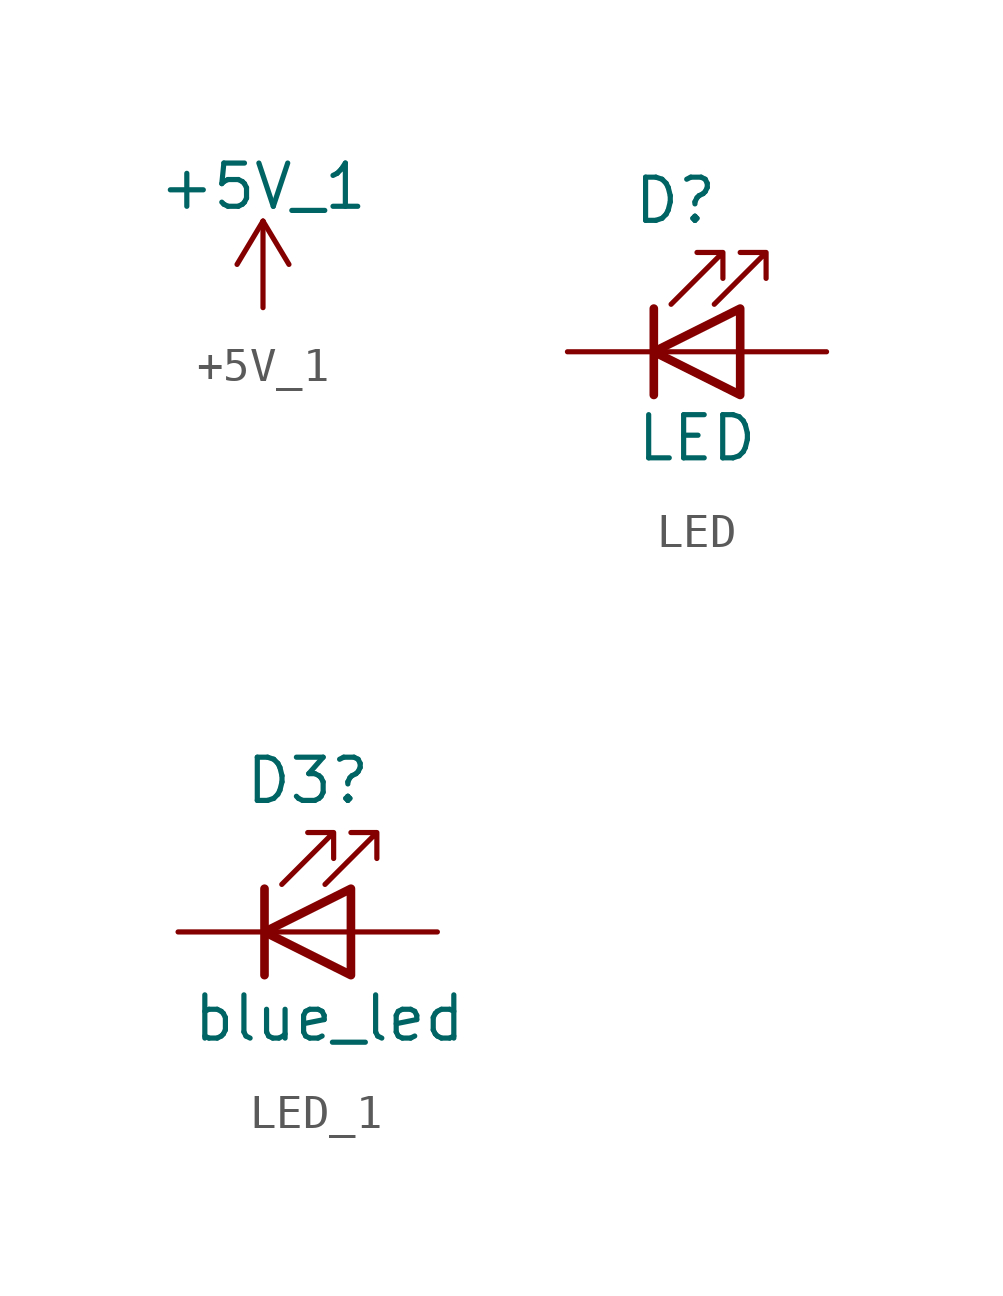
<source format=kicad_sym>
(kicad_symbol_lib
  (version 20241209)
  (generator "kicad_symbol_editor")
  (generator_version "9.0")
  (symbol "+5V_1"
    (power)
    (pin_names
      (offset 0))
    (property "Reference" "#PWR"
      (at 0 -3.81 0)
      (effects (font (size 1.27 1.27)) (hide yes)))
    (property "Value" "+5V_1"
      (at 0 3.556 0)
      (effects (font (size 1.27 1.27))))
    (symbol "+5V_1_0_1"
      (polyline (pts (xy -0.762 1.27) (xy 0 2.54)) (stroke (width 0) (type default)) (fill (type none)))
      (polyline (pts (xy 0 2.54) (xy 0.762 1.27)) (stroke (width 0) (type default)) (fill (type none)))
      (polyline (pts (xy 0 0) (xy 0 2.54)) (stroke (width 0) (type default)) (fill (type none))))
    (symbol "+5V_1_1_1"
      (pin power_in line (at 0 0 90) (length 0) (hide yes) (name "+5V" (effects (font (size 1.27 1.27)))) (number "1" (effects (font (size 1.27 1.27)))))))
  (symbol "LED"
    (pin_numbers
      (hide yes))
    (pin_names
      (offset 1.016)
      (hide yes))
    (property "Reference" "D"
      (at -0.635 4.445 0)
      (effects (font (size 1.27 1.27))))
    (property "Value" "LED"
      (at 0 -2.54 0)
      (effects (font (size 1.27 1.27))))
    (symbol "LED_0_1"
      (polyline (pts (xy -1.27 0) (xy 1.27 0)) (stroke (width 0) (type default)) (fill (type none)))
      (polyline (pts (xy -1.27 -1.27) (xy -1.27 1.27)) (stroke (width 0.254) (type default)) (fill (type none)))
      (polyline (pts (xy -0.762 1.397) (xy 0.762 2.921) (xy 0 2.921) (xy 0.762 2.921) (xy 0.762 2.159)) (stroke (width 0) (type default)) (fill (type none)))
      (polyline (pts (xy 0.508 1.397) (xy 2.032 2.921) (xy 1.27 2.921) (xy 2.032 2.921) (xy 2.032 2.159)) (stroke (width 0) (type default)) (fill (type none)))
      (polyline (pts (xy 1.27 -1.27) (xy 1.27 1.27) (xy -1.27 0) (xy 1.27 -1.27)) (stroke (width 0.254) (type default)) (fill (type none))))
    (symbol "LED_1_1"
      (pin passive line (at -3.81 0 0) (length 2.54) (name "K" (effects (font (size 1.27 1.27)))) (number "1" (effects (font (size 1.27 1.27)))))
      (pin passive line (at 3.81 0 180) (length 2.54) (name "A" (effects (font (size 1.27 1.27)))) (number "2" (effects (font (size 1.27 1.27)))))))
  (symbol "LED_1"
    (pin_numbers
      (hide yes))
    (pin_names
      (offset 1.016)
      (hide yes))
    (property "Reference" "D3"
      (at 0 4.445 0)
      (effects (font (size 1.27 1.27))))
    (property "Value" "blue_led"
      (at 0.635 -2.54 0)
      (effects (font (size 1.27 1.27))))
    (property "descr" ""
      (at 0 0 0)
      (effects (font (size 1.27 1.27))))
    (symbol "LED_1_0_1"
      (polyline (pts (xy -1.27 0) (xy 1.27 0)) (stroke (width 0) (type default)) (fill (type none)))
      (polyline (pts (xy -1.27 -1.27) (xy -1.27 1.27)) (stroke (width 0.254) (type default)) (fill (type none)))
      (polyline (pts (xy -0.762 1.397) (xy 0.762 2.921) (xy 0 2.921) (xy 0.762 2.921) (xy 0.762 2.159)) (stroke (width 0) (type default)) (fill (type none)))
      (polyline (pts (xy 0.508 1.397) (xy 2.032 2.921) (xy 1.27 2.921) (xy 2.032 2.921) (xy 2.032 2.159)) (stroke (width 0) (type default)) (fill (type none)))
      (polyline (pts (xy 1.27 -1.27) (xy 1.27 1.27) (xy -1.27 0) (xy 1.27 -1.27)) (stroke (width 0.254) (type default)) (fill (type none))))
    (symbol "LED_1_1_1"
      (pin passive line (at -3.81 0 0) (length 2.54) (name "K" (effects (font (size 1.27 1.27)))) (number "1" (effects (font (size 1.27 1.27)))))
      (pin passive line (at 3.81 0 180) (length 2.54) (name "A" (effects (font (size 1.27 1.27)))) (number "2" (effects (font (size 1.27 1.27))))))))
</source>
